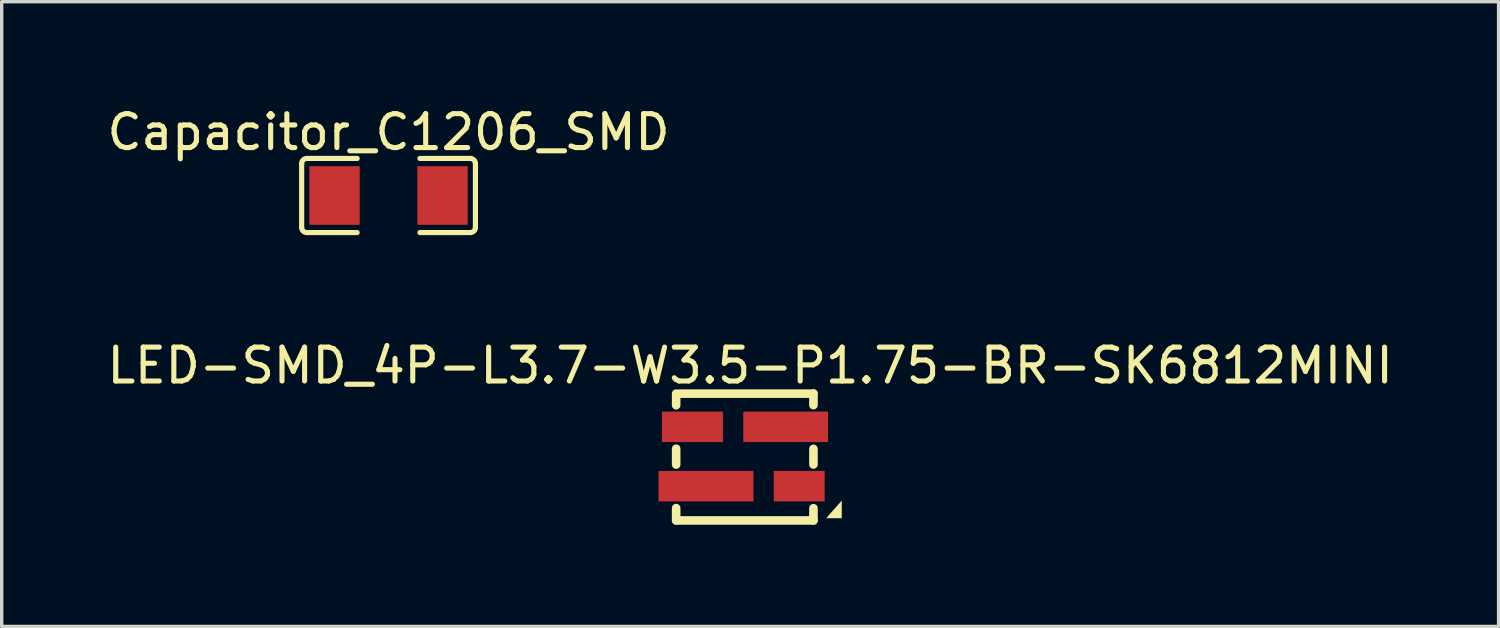
<source format=kicad_pcb>
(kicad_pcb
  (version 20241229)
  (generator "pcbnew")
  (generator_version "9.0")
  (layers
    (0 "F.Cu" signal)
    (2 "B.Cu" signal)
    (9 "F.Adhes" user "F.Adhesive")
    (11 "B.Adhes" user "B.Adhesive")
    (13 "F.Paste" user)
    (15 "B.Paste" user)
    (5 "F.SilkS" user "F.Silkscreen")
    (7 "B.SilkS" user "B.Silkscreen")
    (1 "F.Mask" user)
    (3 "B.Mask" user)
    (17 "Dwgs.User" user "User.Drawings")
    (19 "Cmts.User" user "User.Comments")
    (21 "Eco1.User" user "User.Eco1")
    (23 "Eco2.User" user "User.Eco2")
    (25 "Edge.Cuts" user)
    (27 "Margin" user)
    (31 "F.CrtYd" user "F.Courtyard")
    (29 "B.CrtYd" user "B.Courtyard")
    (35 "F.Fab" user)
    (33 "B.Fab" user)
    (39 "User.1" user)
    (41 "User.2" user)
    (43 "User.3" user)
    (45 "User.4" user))
  (footprint "Capacitor_C1206_SMD"
    (layer "F.Cu")
    (at 8.411 2.717)
    (property "Reference" "Capacitor_C1206_SMD" (at 0 -1.869 0) (layer "F.SilkS") (effects (font (size 1 1) (thickness 0.15))))
    (fp_line (start -2.563 0.94) (end -2.563 -0.94) (stroke (width 0.152) (type default)) (layer "F.SilkS"))
    (fp_line (start -2.411 -1.093) (end -0.926 -1.093) (stroke (width 0.152) (type default)) (layer "F.SilkS"))
    (fp_line (start -0.926 1.093) (end -2.411 1.093) (stroke (width 0.152) (type default)) (layer "F.SilkS"))
    (fp_line (start 0.926 1.093) (end 2.411 1.093) (stroke (width 0.152) (type default)) (layer "F.SilkS"))
    (fp_line (start 2.411 -1.093) (end 0.926 -1.093) (stroke (width 0.152) (type default)) (layer "F.SilkS"))
    (fp_line (start 2.563 0.94) (end 2.563 -0.94) (stroke (width 0.152) (type default)) (layer "F.SilkS"))
    (fp_arc (start -2.5635 -0.94) (mid -2.518834 -1.047834) (end -2.411 -1.0925) (stroke (width 0.1525) (type default)) (layer "F.SilkS"))
    (fp_arc (start -2.411 1.0925) (mid -2.518834 1.047834) (end -2.5635 0.94) (stroke (width 0.1525) (type default)) (layer "F.SilkS"))
    (fp_arc (start 2.411 -1.0925) (mid 2.518834 -1.047834) (end 2.5635 -0.94) (stroke (width 0.1525) (type default)) (layer "F.SilkS"))
    (fp_arc (start 2.5635 0.94) (mid 2.518834 1.047834) (end 2.411 1.0925) (stroke (width 0.1525) (type default)) (layer "F.SilkS"))
    (fp_poly (pts (xy -1.54 0.8) (xy -1.558 0.758) (xy -1.6 0.74) (xy -1.642 0.758) (xy -1.66 0.8) (xy -1.642 0.842) (xy -1.6 0.86) (xy -1.558 0.842)) (stroke (width 0.1) (type default)) (fill no) (layer "User.3"))
    (pad "1" smd rect (at -1.593 0) (size 1.485 1.728) (layers "F.Cu" "F.Mask" "F.Paste"))
    (pad "2" smd rect (at 1.593 0) (size 1.485 1.728) (layers "F.Cu" "F.Mask" "F.Paste")))
  (footprint "LED-SMD_4P-L3.7-W3.5-P1.75-BR-SK6812MINI"
    (layer "F.Cu")
    (at 18.95 10.416)
    (property "Reference" "LED-SMD_4P-L3.7-W3.5-P1.75-BR-SK6812MINI" (at 0.128 -2.682 0) (layer "F.SilkS") (effects (font (size 1 1) (thickness 0.15))))
    (fp_line (start -2.055 -1.512) (end -2.055 -1.855) (stroke (width 0.254) (type default)) (layer "F.SilkS"))
    (fp_line (start -2.055 0.238) (end -2.055 -0.229) (stroke (width 0.254) (type default)) (layer "F.SilkS"))
    (fp_line (start -2.055 1.885) (end -2.055 1.522) (stroke (width 0.254) (type default)) (layer "F.SilkS"))
    (fp_line (start -1.955 -1.855) (end 1.995 -1.855) (stroke (width 0.254) (type default)) (layer "F.SilkS"))
    (fp_line (start 1.995 -1.855) (end 1.995 -1.515) (stroke (width 0.254) (type default)) (layer "F.SilkS"))
    (fp_line (start 1.995 -0.225) (end 1.995 0.235) (stroke (width 0.254) (type default)) (layer "F.SilkS"))
    (fp_line (start 1.995 1.525) (end 1.995 1.885) (stroke (width 0.254) (type default)) (layer "F.SilkS"))
    (fp_line (start 1.995 1.885) (end -2.055 1.885) (stroke (width 0.254) (type default)) (layer "F.SilkS"))
    (fp_poly (pts (xy 2.83 1.82) (xy 2.83 1.3) (xy 2.37 1.82)) (stroke (width 0) (type default)) (fill yes) (layer "F.SilkS"))
    (fp_line (start -1.875 -1.745) (end -1.875 1.755) (stroke (width 0.051) (type default)) (layer "User.2"))
    (fp_line (start -1.875 1.755) (end 1.825 1.755) (stroke (width 0.051) (type default)) (layer "User.2"))
    (fp_line (start 1.825 -1.745) (end -1.875 -1.745) (stroke (width 0.051) (type default)) (layer "User.2"))
    (fp_line (start 1.825 1.755) (end 1.825 -1.745) (stroke (width 0.051) (type default)) (layer "User.2"))
    (fp_poly (pts (xy 1.885 1.755) (xy 1.867 1.713) (xy 1.825 1.695) (xy 1.783 1.713) (xy 1.765 1.755) (xy 1.783 1.797) (xy 1.825 1.815) (xy 1.867 1.797)) (stroke (width 0.1) (type default)) (fill no) (layer "User.3"))
    (pad "1" smd rect (at 1.575 0.875 180) (size 1.5 0.9) (layers "F.Cu" "F.Mask" "F.Paste"))
    (pad "2" smd rect (at 1.175 -0.875 180) (size 2.5 0.9) (layers "F.Cu" "F.Mask" "F.Paste"))
    (pad "3" smd rect (at -1.575 -0.875 180) (size 1.8 0.9) (layers "F.Cu" "F.Mask" "F.Paste"))
    (pad "4" smd rect (at -1.175 0.875 180) (size 2.8 0.9) (layers "F.Cu" "F.Mask" "F.Paste")))
  (gr_rect
    (start -3 -3)
    (end 41.155 15.428)
    (stroke (width 0.1) (type default))
    (fill no)
    (layer "Edge.Cuts")))
</source>
